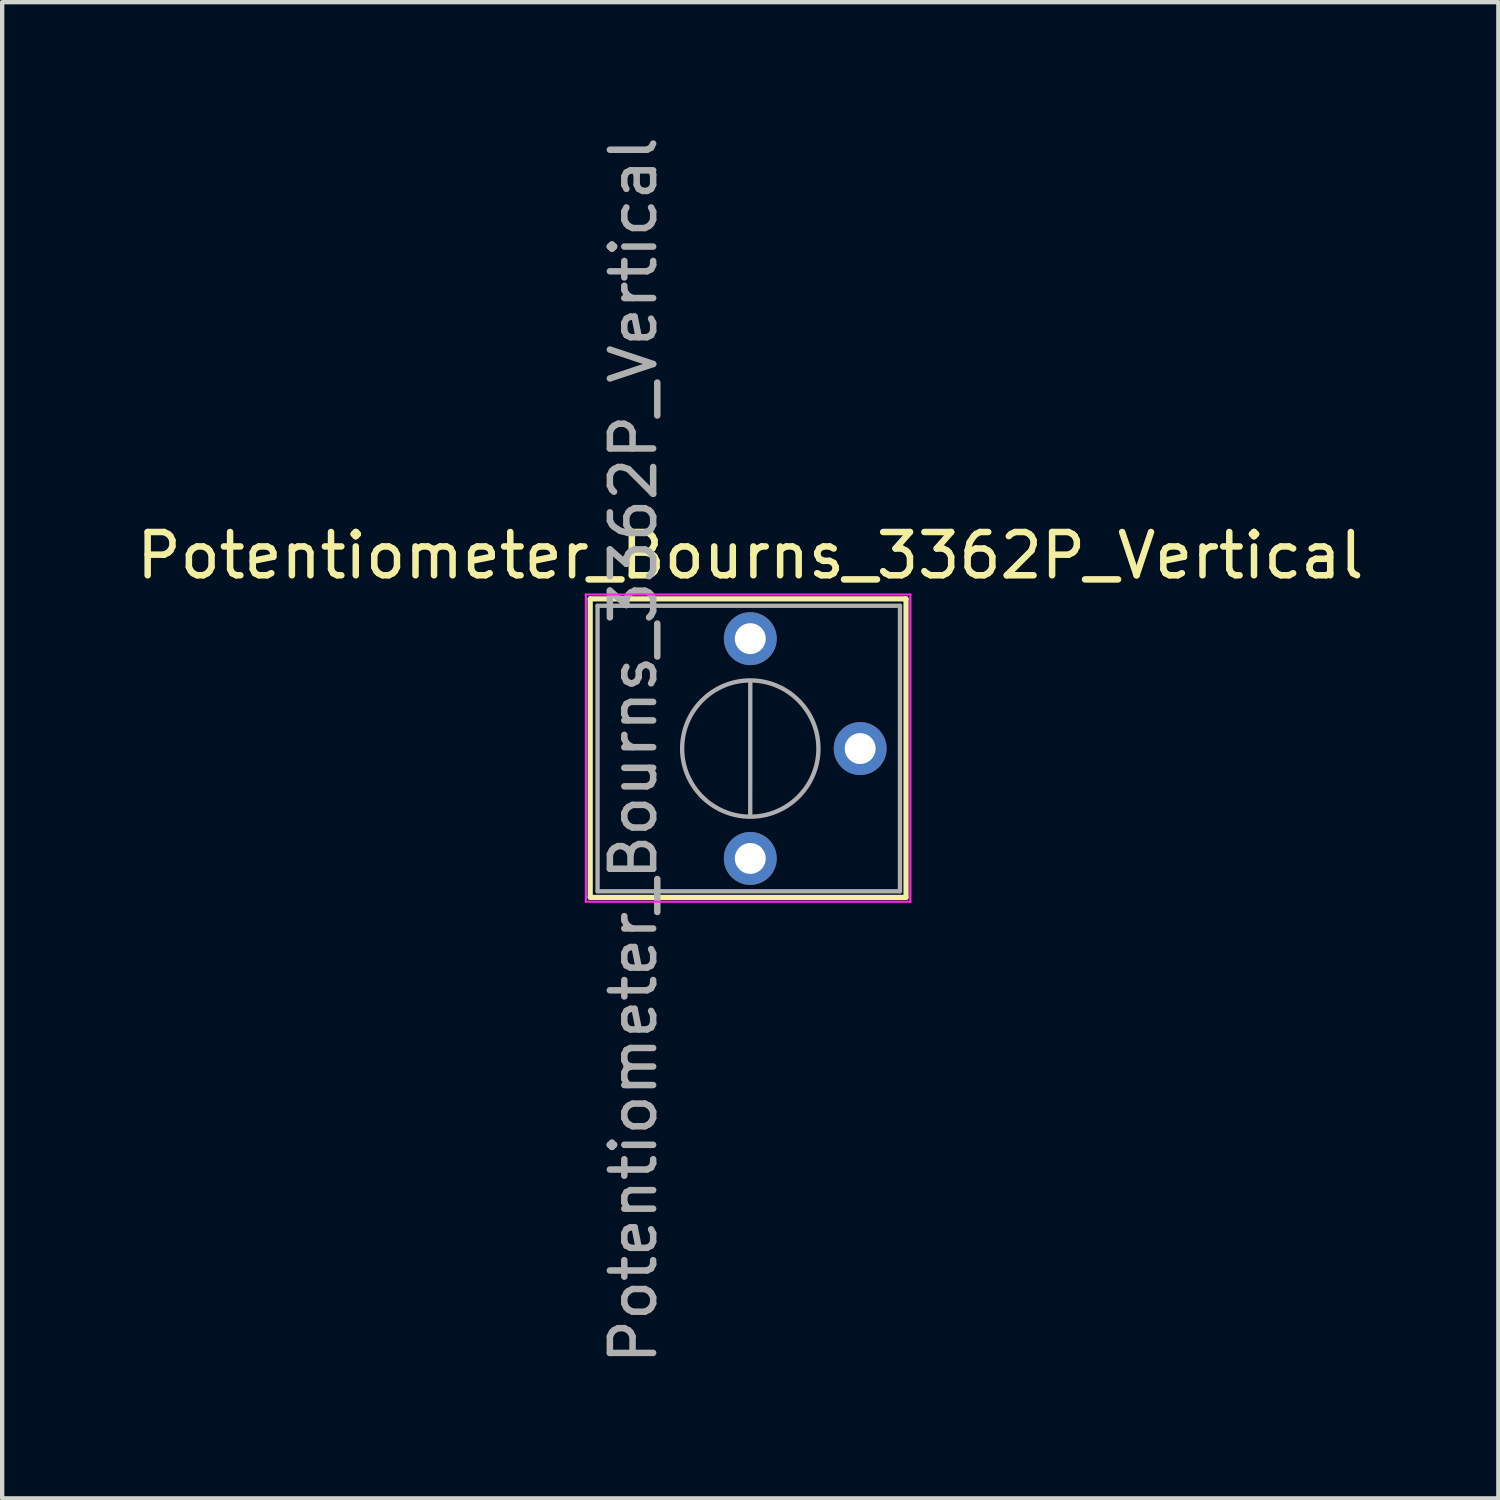
<source format=kicad_pcb>
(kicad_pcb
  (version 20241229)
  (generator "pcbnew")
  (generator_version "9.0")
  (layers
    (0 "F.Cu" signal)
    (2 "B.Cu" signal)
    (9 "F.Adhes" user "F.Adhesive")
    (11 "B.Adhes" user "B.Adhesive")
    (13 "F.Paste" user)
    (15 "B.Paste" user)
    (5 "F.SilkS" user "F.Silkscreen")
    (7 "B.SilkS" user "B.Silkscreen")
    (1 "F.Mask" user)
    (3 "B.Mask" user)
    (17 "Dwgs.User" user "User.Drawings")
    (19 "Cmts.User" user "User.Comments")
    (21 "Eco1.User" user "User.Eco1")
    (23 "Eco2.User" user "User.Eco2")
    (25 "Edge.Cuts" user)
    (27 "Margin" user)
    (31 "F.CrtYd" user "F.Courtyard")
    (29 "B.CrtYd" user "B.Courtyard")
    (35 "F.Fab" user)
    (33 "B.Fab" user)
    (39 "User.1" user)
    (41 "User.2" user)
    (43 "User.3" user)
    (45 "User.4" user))
  (footprint "Potentiometer_Bourns_3362P_Vertical"
    (layer "F.Cu")
    (at 14.292 16.792)
    (property "Reference" "Potentiometer_Bourns_3362P_Vertical" (at 0 -7 0) (layer "F.SilkS") (effects (font (size 1 1) (thickness 0.15))))
    (attr through_hole)
    (fp_line (start -3.7 -6) (end -3.7 0.9) (stroke (width 0.12) (type solid)) (layer "F.SilkS"))
    (fp_line (start -3.7 -6) (end 3.6 -6) (stroke (width 0.12) (type solid)) (layer "F.SilkS"))
    (fp_line (start -3.7 0.9) (end 3.6 0.9) (stroke (width 0.12) (type solid)) (layer "F.SilkS"))
    (fp_line (start 3.6 -6) (end 3.6 0.9) (stroke (width 0.12) (type solid)) (layer "F.SilkS"))
    (fp_line (start -3.8 -6.1) (end -3.8 1) (stroke (width 0.05) (type solid)) (layer "F.CrtYd"))
    (fp_line (start -3.8 1) (end 3.7 1) (stroke (width 0.05) (type solid)) (layer "F.CrtYd"))
    (fp_line (start 3.7 -6.1) (end -3.8 -6.1) (stroke (width 0.05) (type solid)) (layer "F.CrtYd"))
    (fp_line (start 3.7 1) (end 3.7 -6.1) (stroke (width 0.05) (type solid)) (layer "F.CrtYd"))
    (fp_line (start -3.53 -5.84) (end -3.53 0.76) (stroke (width 0.1) (type solid)) (layer "F.Fab"))
    (fp_line (start -3.53 0.76) (end 3.46 0.76) (stroke (width 0.1) (type solid)) (layer "F.Fab"))
    (fp_line (start -0.001 -0.981) (end 0 -4.1) (stroke (width 0.1) (type solid)) (layer "F.Fab"))
    (fp_line (start 3.46 -5.84) (end -3.53 -5.84) (stroke (width 0.1) (type solid)) (layer "F.Fab"))
    (fp_line (start 3.46 0.76) (end 3.46 -5.84) (stroke (width 0.1) (type solid)) (layer "F.Fab"))
    (fp_circle (center 0 -2.54) (end 1.575 -2.54) (stroke (width 0.1) (type solid)) (fill no) (layer "F.Fab"))
    (fp_text user "${REFERENCE}" (at -2.7 -2.5 90) (layer "F.Fab") (effects (font (size 1 1) (thickness 0.15))))
    (pad "1" thru_hole circle (at 0 -5.08) (size 1.222 1.222) (drill 0.714) (layers "*.Cu" "*.Mask"))
    (pad "2" thru_hole circle (at 2.54 -2.54) (size 1.222 1.222) (drill 0.714) (layers "*.Cu" "*.Mask"))
    (pad "3" thru_hole circle (at 0 0) (size 1.222 1.222) (drill 0.714) (layers "*.Cu" "*.Mask")))
  (gr_rect
    (start -3 -3)
    (end 31.583 31.583)
    (stroke (width 0.1) (type default))
    (fill no)
    (layer "Edge.Cuts")))
</source>
